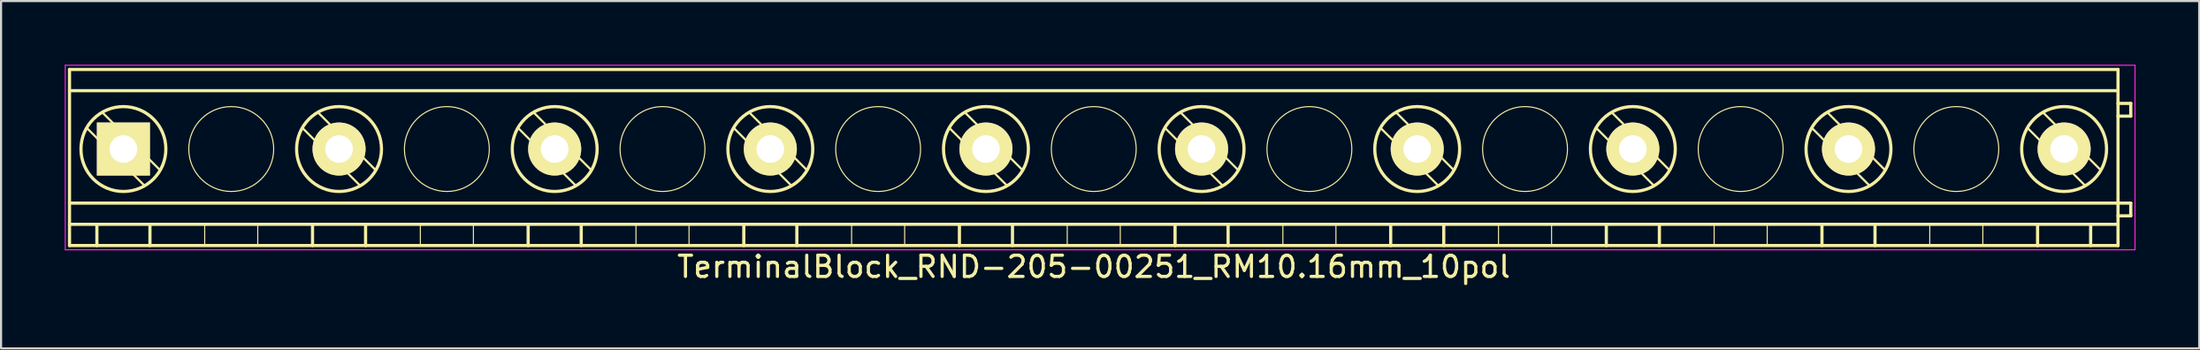
<source format=kicad_pcb>
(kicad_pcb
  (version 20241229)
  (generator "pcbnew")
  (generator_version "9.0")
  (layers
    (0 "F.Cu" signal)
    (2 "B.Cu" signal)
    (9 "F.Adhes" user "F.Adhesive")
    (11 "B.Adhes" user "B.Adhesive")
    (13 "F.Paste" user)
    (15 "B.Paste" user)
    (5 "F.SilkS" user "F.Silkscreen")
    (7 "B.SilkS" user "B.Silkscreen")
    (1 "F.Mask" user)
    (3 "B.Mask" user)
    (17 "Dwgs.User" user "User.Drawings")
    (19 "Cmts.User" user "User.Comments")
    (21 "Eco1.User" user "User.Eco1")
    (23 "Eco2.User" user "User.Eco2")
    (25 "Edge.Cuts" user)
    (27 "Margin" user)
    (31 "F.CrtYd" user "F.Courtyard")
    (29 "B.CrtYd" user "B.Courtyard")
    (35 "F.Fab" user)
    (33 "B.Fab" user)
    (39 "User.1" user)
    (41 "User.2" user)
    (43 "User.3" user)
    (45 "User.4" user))
  (footprint "TerminalBlock_RND-205-00251_RM10.16mm_10pol"
    (layer "F.Cu")
    (at 2.765 3.975)
    (property "Reference" "TerminalBlock_RND-205-00251_RM10.16mm_10pol" (at 45.72 5.55 0) (layer "F.SilkS") (effects (font (size 1 1) (thickness 0.15))))
    (attr through_hole)
    (fp_line (start -2.54 -3.75) (end 93.98 -3.75) (stroke (width 0.15) (type solid)) (layer "F.SilkS"))
    (fp_line (start -2.54 -2.75) (end 93.98 -2.75) (stroke (width 0.15) (type solid)) (layer "F.SilkS"))
    (fp_line (start -2.54 2.55) (end 93.98 2.55) (stroke (width 0.15) (type solid)) (layer "F.SilkS"))
    (fp_line (start -2.54 3.55) (end 93.98 3.55) (stroke (width 0.15) (type solid)) (layer "F.SilkS"))
    (fp_line (start -2.54 4.55) (end -2.54 -3.75) (stroke (width 0.15) (type solid)) (layer "F.SilkS"))
    (fp_line (start -1.25 3.55) (end -1.25 4.55) (stroke (width 0.15) (type solid)) (layer "F.SilkS"))
    (fp_line (start 1 1.732) (end -1.732 -1) (stroke (width 0.1) (type solid)) (layer "F.SilkS"))
    (fp_line (start 1.25 3.55) (end 1.25 4.55) (stroke (width 0.15) (type solid)) (layer "F.SilkS"))
    (fp_line (start 1.732 1) (end -1 -1.732) (stroke (width 0.1) (type solid)) (layer "F.SilkS"))
    (fp_line (start 3.83 3.55) (end 3.83 4.55) (stroke (width 0.05) (type solid)) (layer "F.SilkS"))
    (fp_line (start 6.33 3.55) (end 6.33 4.55) (stroke (width 0.05) (type solid)) (layer "F.SilkS"))
    (fp_line (start 8.91 3.55) (end 8.91 4.55) (stroke (width 0.15) (type solid)) (layer "F.SilkS"))
    (fp_line (start 11.16 1.732) (end 8.428 -1) (stroke (width 0.1) (type solid)) (layer "F.SilkS"))
    (fp_line (start 11.41 3.55) (end 11.41 4.55) (stroke (width 0.15) (type solid)) (layer "F.SilkS"))
    (fp_line (start 11.892 1) (end 9.16 -1.732) (stroke (width 0.1) (type solid)) (layer "F.SilkS"))
    (fp_line (start 13.99 3.55) (end 13.99 4.55) (stroke (width 0.05) (type solid)) (layer "F.SilkS"))
    (fp_line (start 16.49 3.55) (end 16.49 4.55) (stroke (width 0.05) (type solid)) (layer "F.SilkS"))
    (fp_line (start 19.07 3.55) (end 19.07 4.55) (stroke (width 0.15) (type solid)) (layer "F.SilkS"))
    (fp_line (start 21.32 1.732) (end 18.588 -1) (stroke (width 0.1) (type solid)) (layer "F.SilkS"))
    (fp_line (start 21.57 3.55) (end 21.57 4.55) (stroke (width 0.15) (type solid)) (layer "F.SilkS"))
    (fp_line (start 22.052 1) (end 19.32 -1.732) (stroke (width 0.1) (type solid)) (layer "F.SilkS"))
    (fp_line (start 24.15 3.55) (end 24.15 4.55) (stroke (width 0.05) (type solid)) (layer "F.SilkS"))
    (fp_line (start 26.65 3.55) (end 26.65 4.55) (stroke (width 0.05) (type solid)) (layer "F.SilkS"))
    (fp_line (start 29.23 3.55) (end 29.23 4.55) (stroke (width 0.15) (type solid)) (layer "F.SilkS"))
    (fp_line (start 31.48 1.732) (end 28.748 -1) (stroke (width 0.1) (type solid)) (layer "F.SilkS"))
    (fp_line (start 31.73 3.55) (end 31.73 4.55) (stroke (width 0.15) (type solid)) (layer "F.SilkS"))
    (fp_line (start 32.212 1) (end 29.48 -1.732) (stroke (width 0.1) (type solid)) (layer "F.SilkS"))
    (fp_line (start 34.31 3.55) (end 34.31 4.55) (stroke (width 0.05) (type solid)) (layer "F.SilkS"))
    (fp_line (start 36.81 3.55) (end 36.81 4.55) (stroke (width 0.05) (type solid)) (layer "F.SilkS"))
    (fp_line (start 39.39 3.55) (end 39.39 4.55) (stroke (width 0.15) (type solid)) (layer "F.SilkS"))
    (fp_line (start 41.64 1.732) (end 38.908 -1) (stroke (width 0.1) (type solid)) (layer "F.SilkS"))
    (fp_line (start 41.89 3.55) (end 41.89 4.55) (stroke (width 0.15) (type solid)) (layer "F.SilkS"))
    (fp_line (start 42.372 1) (end 39.64 -1.732) (stroke (width 0.1) (type solid)) (layer "F.SilkS"))
    (fp_line (start 44.47 3.55) (end 44.47 4.55) (stroke (width 0.05) (type solid)) (layer "F.SilkS"))
    (fp_line (start 46.97 3.55) (end 46.97 4.55) (stroke (width 0.05) (type solid)) (layer "F.SilkS"))
    (fp_line (start 49.55 3.55) (end 49.55 4.55) (stroke (width 0.15) (type solid)) (layer "F.SilkS"))
    (fp_line (start 51.8 1.732) (end 49.068 -1) (stroke (width 0.1) (type solid)) (layer "F.SilkS"))
    (fp_line (start 52.05 3.55) (end 52.05 4.55) (stroke (width 0.15) (type solid)) (layer "F.SilkS"))
    (fp_line (start 52.532 1) (end 49.8 -1.732) (stroke (width 0.1) (type solid)) (layer "F.SilkS"))
    (fp_line (start 54.63 3.55) (end 54.63 4.55) (stroke (width 0.05) (type solid)) (layer "F.SilkS"))
    (fp_line (start 57.13 3.55) (end 57.13 4.55) (stroke (width 0.05) (type solid)) (layer "F.SilkS"))
    (fp_line (start 59.71 3.55) (end 59.71 4.55) (stroke (width 0.15) (type solid)) (layer "F.SilkS"))
    (fp_line (start 61.96 1.732) (end 59.228 -1) (stroke (width 0.1) (type solid)) (layer "F.SilkS"))
    (fp_line (start 62.21 3.55) (end 62.21 4.55) (stroke (width 0.15) (type solid)) (layer "F.SilkS"))
    (fp_line (start 62.692 1) (end 59.96 -1.732) (stroke (width 0.1) (type solid)) (layer "F.SilkS"))
    (fp_line (start 64.79 3.55) (end 64.79 4.55) (stroke (width 0.05) (type solid)) (layer "F.SilkS"))
    (fp_line (start 67.29 3.55) (end 67.29 4.55) (stroke (width 0.05) (type solid)) (layer "F.SilkS"))
    (fp_line (start 69.87 3.55) (end 69.87 4.55) (stroke (width 0.15) (type solid)) (layer "F.SilkS"))
    (fp_line (start 72.12 1.732) (end 69.388 -1) (stroke (width 0.1) (type solid)) (layer "F.SilkS"))
    (fp_line (start 72.37 3.55) (end 72.37 4.55) (stroke (width 0.15) (type solid)) (layer "F.SilkS"))
    (fp_line (start 72.852 1) (end 70.12 -1.732) (stroke (width 0.1) (type solid)) (layer "F.SilkS"))
    (fp_line (start 74.95 3.55) (end 74.95 4.55) (stroke (width 0.05) (type solid)) (layer "F.SilkS"))
    (fp_line (start 77.45 3.55) (end 77.45 4.55) (stroke (width 0.05) (type solid)) (layer "F.SilkS"))
    (fp_line (start 80.03 3.55) (end 80.03 4.55) (stroke (width 0.15) (type solid)) (layer "F.SilkS"))
    (fp_line (start 82.28 1.732) (end 79.548 -1) (stroke (width 0.1) (type solid)) (layer "F.SilkS"))
    (fp_line (start 82.53 3.55) (end 82.53 4.55) (stroke (width 0.15) (type solid)) (layer "F.SilkS"))
    (fp_line (start 83.012 1) (end 80.28 -1.732) (stroke (width 0.1) (type solid)) (layer "F.SilkS"))
    (fp_line (start 85.11 3.55) (end 85.11 4.55) (stroke (width 0.05) (type solid)) (layer "F.SilkS"))
    (fp_line (start 87.61 3.55) (end 87.61 4.55) (stroke (width 0.05) (type solid)) (layer "F.SilkS"))
    (fp_line (start 90.19 3.55) (end 90.19 4.55) (stroke (width 0.15) (type solid)) (layer "F.SilkS"))
    (fp_line (start 92.44 1.732) (end 89.708 -1) (stroke (width 0.1) (type solid)) (layer "F.SilkS"))
    (fp_line (start 92.69 3.55) (end 92.69 4.55) (stroke (width 0.15) (type solid)) (layer "F.SilkS"))
    (fp_line (start 93.172 1) (end 90.44 -1.732) (stroke (width 0.1) (type solid)) (layer "F.SilkS"))
    (fp_line (start 93.98 -3.75) (end 93.98 4.55) (stroke (width 0.15) (type solid)) (layer "F.SilkS"))
    (fp_line (start 93.98 -2.15) (end 94.58 -2.15) (stroke (width 0.15) (type solid)) (layer "F.SilkS"))
    (fp_line (start 93.98 2.55) (end 94.58 2.55) (stroke (width 0.15) (type solid)) (layer "F.SilkS"))
    (fp_line (start 93.98 4.55) (end -2.54 4.55) (stroke (width 0.15) (type solid)) (layer "F.SilkS"))
    (fp_line (start 94.58 -2.15) (end 94.58 -1.55) (stroke (width 0.15) (type solid)) (layer "F.SilkS"))
    (fp_line (start 94.58 -1.55) (end 93.98 -1.55) (stroke (width 0.15) (type solid)) (layer "F.SilkS"))
    (fp_line (start 94.58 2.55) (end 94.58 3.15) (stroke (width 0.15) (type solid)) (layer "F.SilkS"))
    (fp_line (start 94.58 3.15) (end 93.98 3.15) (stroke (width 0.15) (type solid)) (layer "F.SilkS"))
    (fp_circle (center 0 0) (end -2 0) (stroke (width 0.15) (type solid)) (fill no) (layer "F.SilkS"))
    (fp_circle (center 5.08 0) (end 3.08 0) (stroke (width 0.05) (type solid)) (fill no) (layer "F.SilkS"))
    (fp_circle (center 10.16 0) (end 8.16 0) (stroke (width 0.15) (type solid)) (fill no) (layer "F.SilkS"))
    (fp_circle (center 15.24 0) (end 13.24 0) (stroke (width 0.05) (type solid)) (fill no) (layer "F.SilkS"))
    (fp_circle (center 20.32 0) (end 18.32 0) (stroke (width 0.15) (type solid)) (fill no) (layer "F.SilkS"))
    (fp_circle (center 25.4 0) (end 23.4 0) (stroke (width 0.05) (type solid)) (fill no) (layer "F.SilkS"))
    (fp_circle (center 30.48 0) (end 28.48 0) (stroke (width 0.15) (type solid)) (fill no) (layer "F.SilkS"))
    (fp_circle (center 35.56 0) (end 33.56 0) (stroke (width 0.05) (type solid)) (fill no) (layer "F.SilkS"))
    (fp_circle (center 40.64 0) (end 38.64 0) (stroke (width 0.15) (type solid)) (fill no) (layer "F.SilkS"))
    (fp_circle (center 45.72 0) (end 43.72 0) (stroke (width 0.05) (type solid)) (fill no) (layer "F.SilkS"))
    (fp_circle (center 50.8 0) (end 48.8 0) (stroke (width 0.15) (type solid)) (fill no) (layer "F.SilkS"))
    (fp_circle (center 55.88 0) (end 53.88 0) (stroke (width 0.05) (type solid)) (fill no) (layer "F.SilkS"))
    (fp_circle (center 60.96 0) (end 58.96 0) (stroke (width 0.15) (type solid)) (fill no) (layer "F.SilkS"))
    (fp_circle (center 66.04 0) (end 64.04 0) (stroke (width 0.05) (type solid)) (fill no) (layer "F.SilkS"))
    (fp_circle (center 71.12 0) (end 69.12 0) (stroke (width 0.15) (type solid)) (fill no) (layer "F.SilkS"))
    (fp_circle (center 76.2 0) (end 74.2 0) (stroke (width 0.05) (type solid)) (fill no) (layer "F.SilkS"))
    (fp_circle (center 81.28 0) (end 79.28 0) (stroke (width 0.15) (type solid)) (fill no) (layer "F.SilkS"))
    (fp_circle (center 86.36 0) (end 84.36 0) (stroke (width 0.05) (type solid)) (fill no) (layer "F.SilkS"))
    (fp_circle (center 91.44 0) (end 89.44 0) (stroke (width 0.15) (type solid)) (fill no) (layer "F.SilkS"))
    (fp_line (start -2.74 -3.95) (end 94.78 -3.95) (stroke (width 0.05) (type solid)) (layer "F.CrtYd"))
    (fp_line (start -2.74 4.75) (end -2.74 -3.95) (stroke (width 0.05) (type solid)) (layer "F.CrtYd"))
    (fp_line (start 94.78 -3.95) (end 94.78 4.75) (stroke (width 0.05) (type solid)) (layer "F.CrtYd"))
    (fp_line (start 94.78 4.75) (end -2.74 4.75) (stroke (width 0.05) (type solid)) (layer "F.CrtYd"))
    (pad "1" thru_hole rect (at 0 0) (size 2.5 2.5) (drill 1.3) (layers "*.Cu" "*.Mask" "F.SilkS"))
    (pad "2" thru_hole circle (at 10.16 0) (size 2.5 2.5) (drill 1.3) (layers "*.Cu" "*.Mask" "F.SilkS"))
    (pad "3" thru_hole circle (at 20.32 0) (size 2.5 2.5) (drill 1.3) (layers "*.Cu" "*.Mask" "F.SilkS"))
    (pad "4" thru_hole circle (at 30.48 0) (size 2.5 2.5) (drill 1.3) (layers "*.Cu" "*.Mask" "F.SilkS"))
    (pad "5" thru_hole circle (at 40.64 0) (size 2.5 2.5) (drill 1.3) (layers "*.Cu" "*.Mask" "F.SilkS"))
    (pad "6" thru_hole circle (at 50.8 0) (size 2.5 2.5) (drill 1.3) (layers "*.Cu" "*.Mask" "F.SilkS"))
    (pad "7" thru_hole circle (at 60.96 0) (size 2.5 2.5) (drill 1.3) (layers "*.Cu" "*.Mask" "F.SilkS"))
    (pad "8" thru_hole circle (at 71.12 0) (size 2.5 2.5) (drill 1.3) (layers "*.Cu" "*.Mask" "F.SilkS"))
    (pad "9" thru_hole circle (at 81.28 0) (size 2.5 2.5) (drill 1.3) (layers "*.Cu" "*.Mask" "F.SilkS"))
    (pad "10" thru_hole circle (at 91.44 0) (size 2.5 2.5) (drill 1.3) (layers "*.Cu" "*.Mask" "F.SilkS")))
  (gr_rect
    (start -3 -3)
    (end 100.57 13.373)
    (stroke (width 0.1) (type default))
    (fill no)
    (layer "Edge.Cuts")))
</source>
